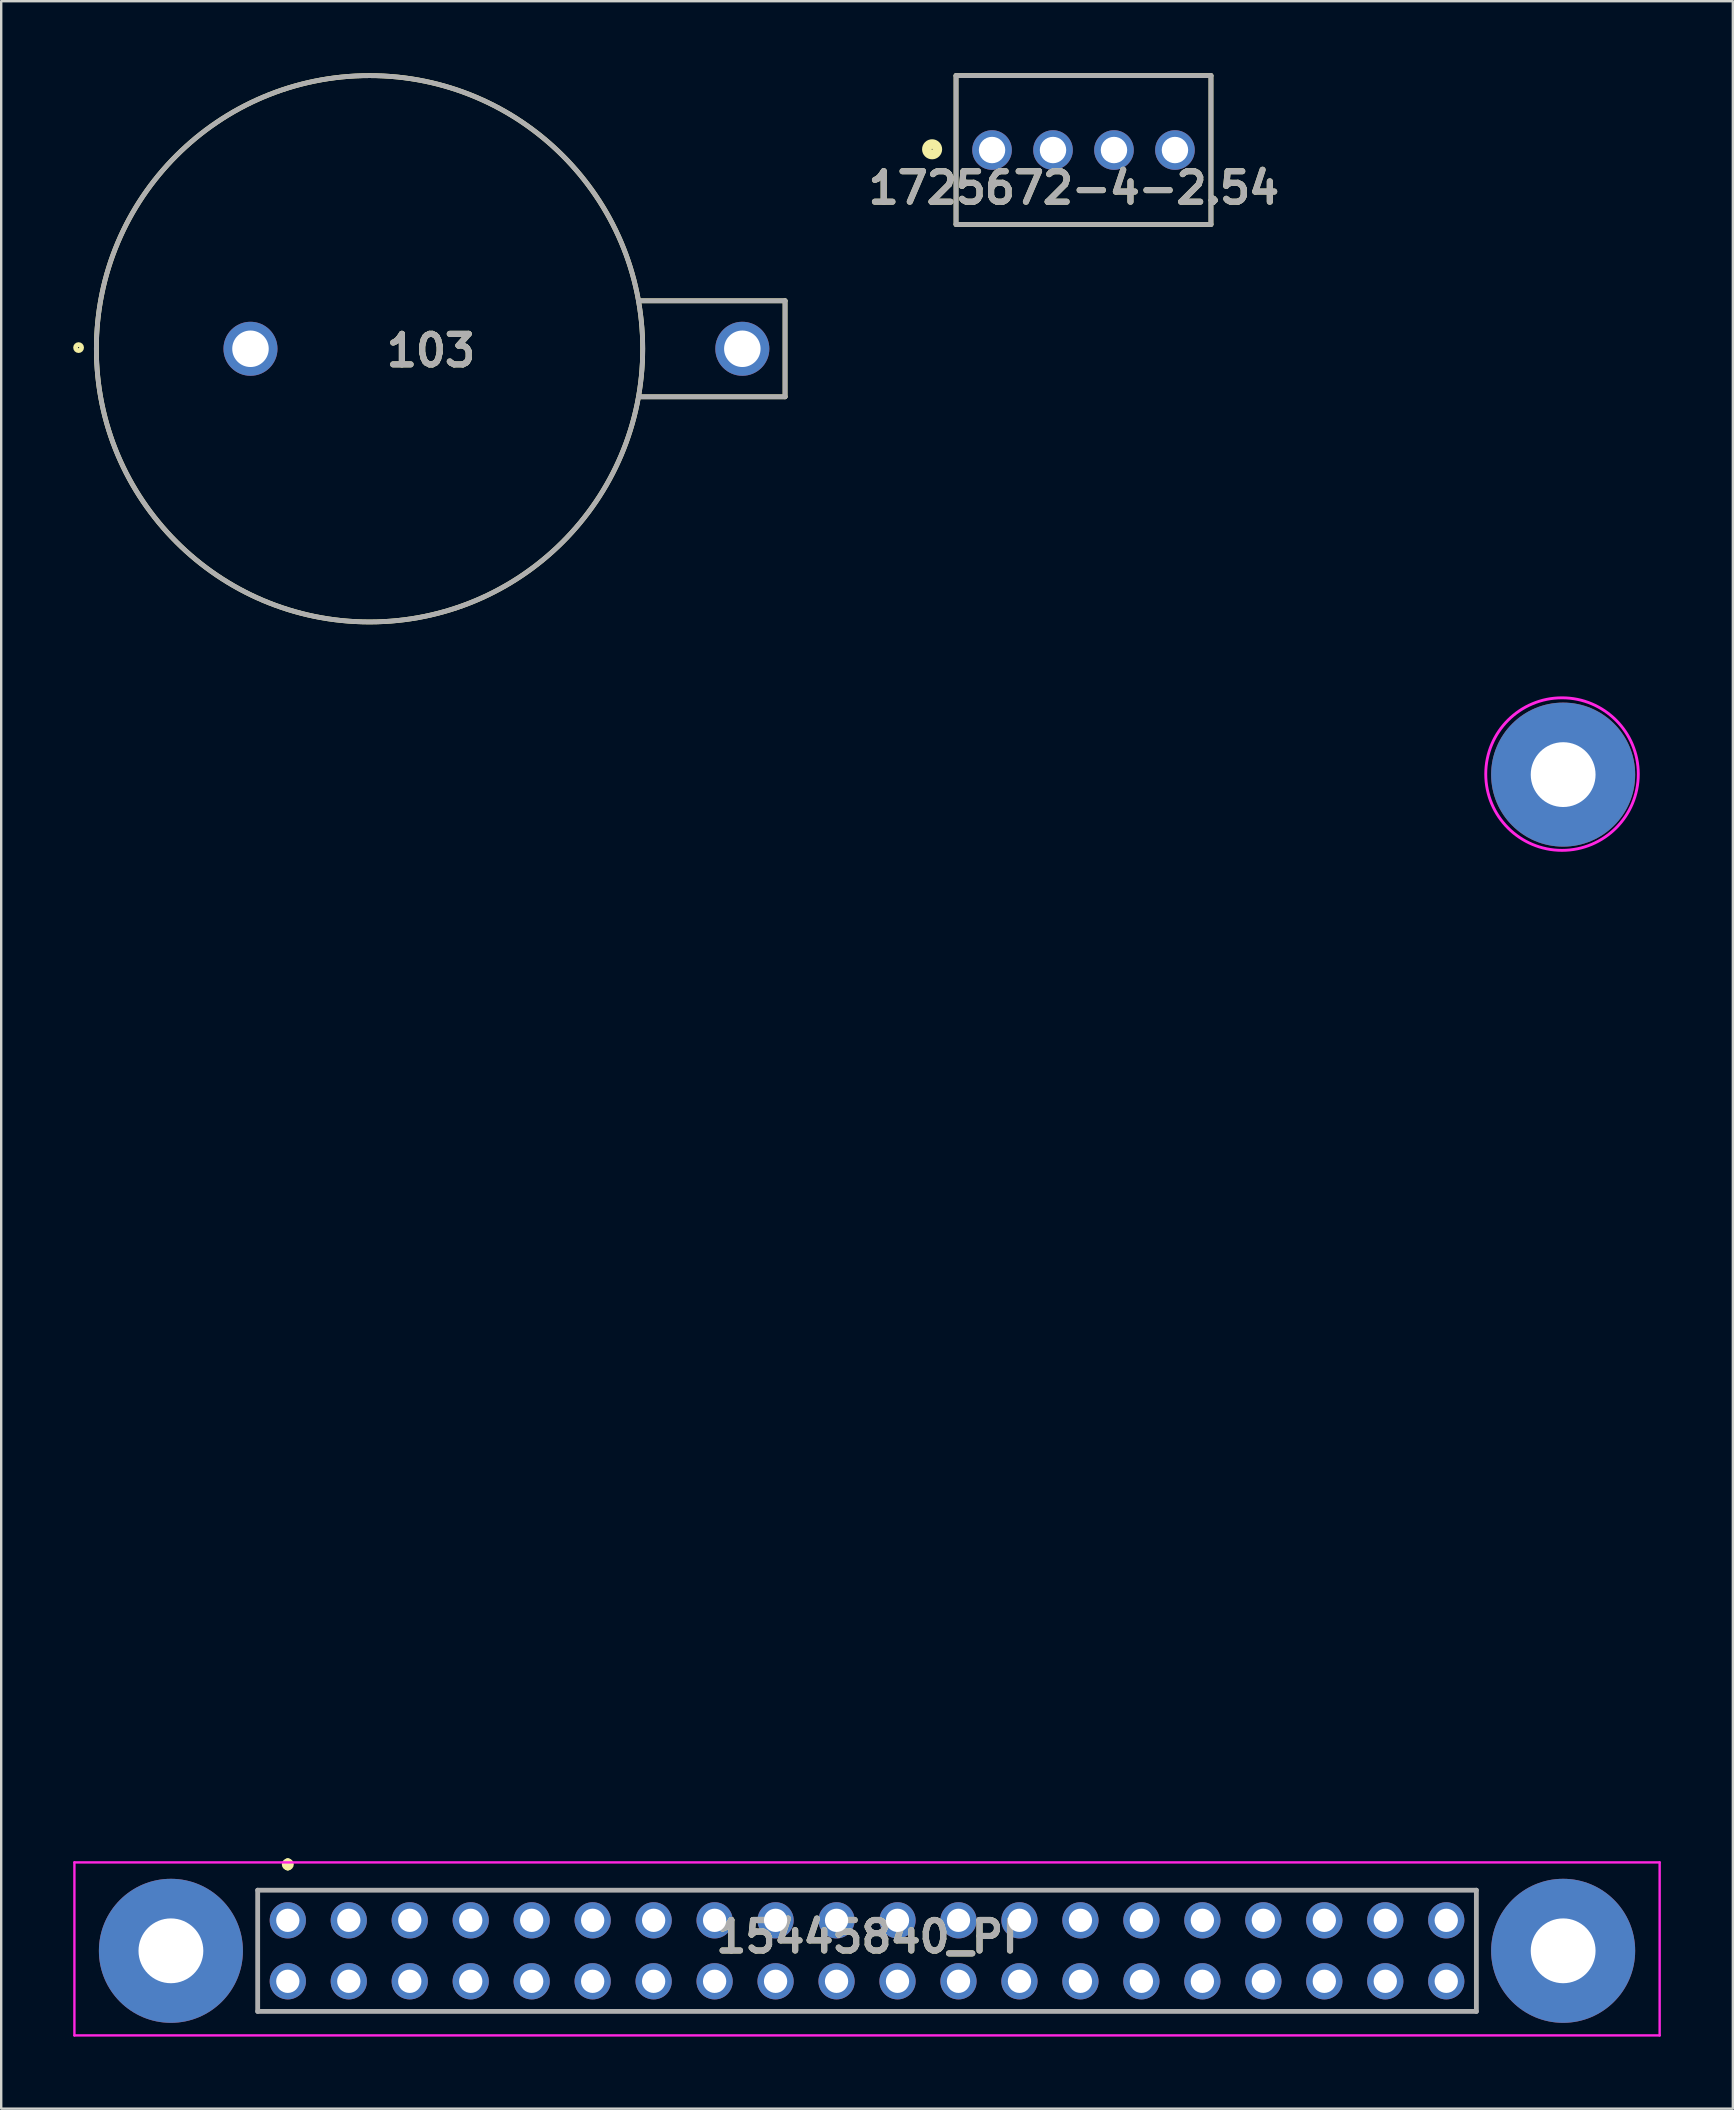
<source format=kicad_pcb>
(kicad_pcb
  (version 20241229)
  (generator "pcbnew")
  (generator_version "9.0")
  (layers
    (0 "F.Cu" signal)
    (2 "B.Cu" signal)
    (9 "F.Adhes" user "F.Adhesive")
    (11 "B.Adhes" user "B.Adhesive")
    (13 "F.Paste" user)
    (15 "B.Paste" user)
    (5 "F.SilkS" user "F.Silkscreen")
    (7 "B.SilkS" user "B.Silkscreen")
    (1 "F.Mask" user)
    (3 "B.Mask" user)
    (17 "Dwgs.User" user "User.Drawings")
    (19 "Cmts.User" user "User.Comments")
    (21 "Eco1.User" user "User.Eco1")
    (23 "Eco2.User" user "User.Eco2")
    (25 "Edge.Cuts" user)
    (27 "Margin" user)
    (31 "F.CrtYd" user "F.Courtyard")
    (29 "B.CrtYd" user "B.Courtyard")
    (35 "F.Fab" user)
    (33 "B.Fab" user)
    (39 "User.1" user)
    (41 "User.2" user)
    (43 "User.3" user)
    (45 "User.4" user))
  (footprint "103"
    (layer "F.Cu")
    (at 29.655 11.48)
    (property "Reference" "103" (at -14.753 0.075 0) (layer "F.SilkS") (effects (font (size 1.27 1.27) (thickness 0.254))))
    (attr through_hole)
    (fp_line (start -6.1 -2) (end 0 -2) (stroke (width 0.2) (type solid)) (layer "F.SilkS"))
    (fp_line (start 0 -2) (end 0 2) (stroke (width 0.2) (type solid)) (layer "F.SilkS"))
    (fp_line (start 0 2) (end -6.1 2) (stroke (width 0.2) (type solid)) (layer "F.SilkS"))
    (fp_circle (center -29.431 -0.049) (end -29.431 0.075) (stroke (width 0.2) (type solid)) (fill no) (layer "F.SilkS"))
    (fp_circle (center -17.31 0) (end -17.31 11.38) (stroke (width 0.2) (type solid)) (fill no) (layer "F.SilkS"))
    (fp_line (start 0 -2) (end -6.1 -2) (stroke (width 0.2) (type solid)) (layer "F.Fab"))
    (fp_line (start 0 -2) (end 0 2) (stroke (width 0.2) (type solid)) (layer "F.Fab"))
    (fp_line (start 0 2) (end -6.1 2) (stroke (width 0.2) (type solid)) (layer "F.Fab"))
    (fp_circle (center -17.31 0) (end -17.31 11.38) (stroke (width 0.2) (type solid)) (fill no) (layer "F.Fab"))
    (fp_text user "${REFERENCE}" (at -14.753 0.075 0) (layer "F.Fab") (effects (font (size 1.27 1.27) (thickness 0.254))))
    (pad "1" thru_hole circle (at -22.27 0) (size 2.25 2.25) (drill 1.52) (layers "*.Cu" "*.Mask"))
    (pad "2" thru_hole circle (at -1.78 0) (size 2.25 2.25) (drill 1.52) (layers "*.Cu" "*.Mask")))
  (footprint "15445840_PI"
    (layer "F.Cu")
    (at 8.94 76.95)
    (property "Reference" "15445840_PI" (at 24.13 0.682 180) (layer "F.SilkS") (effects (font (size 1.27 1.27) (thickness 0.254))))
    (attr through_hole)
    (fp_line (start -1.255 -1.255) (end 49.515 -1.255) (stroke (width 0.1) (type solid)) (layer "F.SilkS"))
    (fp_line (start -1.255 3.795) (end -1.255 -1.255) (stroke (width 0.1) (type solid)) (layer "F.SilkS"))
    (fp_line (start 0 -2.43) (end 0 -2.43) (stroke (width 0.3) (type solid)) (layer "F.SilkS"))
    (fp_line (start 0 -2.23) (end 0 -2.23) (stroke (width 0.3) (type solid)) (layer "F.SilkS"))
    (fp_line (start 49.515 -1.255) (end 49.515 3.795) (stroke (width 0.1) (type solid)) (layer "F.SilkS"))
    (fp_line (start 49.515 3.795) (end -1.255 3.795) (stroke (width 0.1) (type solid)) (layer "F.SilkS"))
    (fp_arc (start 0 -2.43) (mid 0.1 -2.33) (end 0 -2.23) (stroke (width 0.3) (type solid)) (layer "F.SilkS"))
    (fp_arc (start 0 -2.23) (mid -0.1 -2.33) (end 0 -2.43) (stroke (width 0.3) (type solid)) (layer "F.SilkS"))
    (fp_line (start -8.89 -2.413) (end 57.15 -2.413) (stroke (width 0.1) (type solid)) (layer "F.CrtYd"))
    (fp_line (start -8.89 4.795) (end -8.89 -2.413) (stroke (width 0.1) (type solid)) (layer "F.CrtYd"))
    (fp_line (start 57.15 -2.413) (end 57.15 4.795) (stroke (width 0.1) (type solid)) (layer "F.CrtYd"))
    (fp_line (start 57.15 4.795) (end -8.89 4.795) (stroke (width 0.1) (type solid)) (layer "F.CrtYd"))
    (fp_circle (center 53.083 -47.752) (end 56.258 -47.879) (stroke (width 0.12) (type solid)) (fill no) (layer "F.CrtYd"))
    (fp_line (start -1.255 -1.255) (end 49.515 -1.255) (stroke (width 0.2) (type solid)) (layer "F.Fab"))
    (fp_line (start -1.255 3.795) (end -1.255 -1.255) (stroke (width 0.2) (type solid)) (layer "F.Fab"))
    (fp_line (start 49.515 -1.255) (end 49.515 3.795) (stroke (width 0.2) (type solid)) (layer "F.Fab"))
    (fp_line (start 49.515 3.795) (end -1.255 3.795) (stroke (width 0.2) (type solid)) (layer "F.Fab"))
    (fp_text user "${REFERENCE}" (at 24.13 0.682 180) (layer "F.Fab") (effects (font (size 1.27 1.27) (thickness 0.254))))
    (pad "1" thru_hole circle (at 0 0) (size 1.509 1.509) (drill 0.97) (layers "*.Cu" "*.Mask"))
    (pad "2" thru_hole circle (at 0 2.54) (size 1.509 1.509) (drill 0.97) (layers "*.Cu" "*.Mask"))
    (pad "3" thru_hole circle (at 2.54 0) (size 1.509 1.509) (drill 0.97) (layers "*.Cu" "*.Mask"))
    (pad "4" thru_hole circle (at 2.54 2.54) (size 1.509 1.509) (drill 0.97) (layers "*.Cu" "*.Mask"))
    (pad "5" thru_hole circle (at 5.08 0) (size 1.509 1.509) (drill 0.97) (layers "*.Cu" "*.Mask"))
    (pad "6" thru_hole circle (at 5.08 2.54) (size 1.509 1.509) (drill 0.97) (layers "*.Cu" "*.Mask"))
    (pad "7" thru_hole circle (at 7.62 0) (size 1.509 1.509) (drill 0.97) (layers "*.Cu" "*.Mask"))
    (pad "8" thru_hole circle (at 7.62 2.54) (size 1.509 1.509) (drill 0.97) (layers "*.Cu" "*.Mask"))
    (pad "9" thru_hole circle (at 10.16 0) (size 1.509 1.509) (drill 0.97) (layers "*.Cu" "*.Mask"))
    (pad "10" thru_hole circle (at 10.16 2.54) (size 1.509 1.509) (drill 0.97) (layers "*.Cu" "*.Mask"))
    (pad "11" thru_hole circle (at 12.7 0) (size 1.509 1.509) (drill 0.97) (layers "*.Cu" "*.Mask"))
    (pad "12" thru_hole circle (at 12.7 2.54) (size 1.509 1.509) (drill 0.97) (layers "*.Cu" "*.Mask"))
    (pad "13" thru_hole circle (at 15.24 0) (size 1.509 1.509) (drill 0.97) (layers "*.Cu" "*.Mask"))
    (pad "14" thru_hole circle (at 15.24 2.54) (size 1.509 1.509) (drill 0.97) (layers "*.Cu" "*.Mask"))
    (pad "15" thru_hole circle (at 17.78 0) (size 1.509 1.509) (drill 0.97) (layers "*.Cu" "*.Mask"))
    (pad "16" thru_hole circle (at 17.78 2.54) (size 1.509 1.509) (drill 0.97) (layers "*.Cu" "*.Mask"))
    (pad "17" thru_hole circle (at 20.32 0) (size 1.509 1.509) (drill 0.97) (layers "*.Cu" "*.Mask"))
    (pad "18" thru_hole circle (at 20.32 2.54) (size 1.509 1.509) (drill 0.97) (layers "*.Cu" "*.Mask"))
    (pad "19" thru_hole circle (at 22.86 0) (size 1.509 1.509) (drill 0.97) (layers "*.Cu" "*.Mask"))
    (pad "20" thru_hole circle (at 22.86 2.54) (size 1.509 1.509) (drill 0.97) (layers "*.Cu" "*.Mask"))
    (pad "21" thru_hole circle (at 25.4 0) (size 1.509 1.509) (drill 0.97) (layers "*.Cu" "*.Mask"))
    (pad "22" thru_hole circle (at 25.4 2.54) (size 1.509 1.509) (drill 0.97) (layers "*.Cu" "*.Mask"))
    (pad "23" thru_hole circle (at 27.94 0) (size 1.509 1.509) (drill 0.97) (layers "*.Cu" "*.Mask"))
    (pad "24" thru_hole circle (at 27.94 2.54) (size 1.509 1.509) (drill 0.97) (layers "*.Cu" "*.Mask"))
    (pad "25" thru_hole circle (at 30.48 0) (size 1.509 1.509) (drill 0.97) (layers "*.Cu" "*.Mask"))
    (pad "26" thru_hole circle (at 30.48 2.54) (size 1.509 1.509) (drill 0.97) (layers "*.Cu" "*.Mask"))
    (pad "27" thru_hole circle (at 33.02 0) (size 1.509 1.509) (drill 0.97) (layers "*.Cu" "*.Mask"))
    (pad "28" thru_hole circle (at 33.02 2.54) (size 1.509 1.509) (drill 0.97) (layers "*.Cu" "*.Mask"))
    (pad "29" thru_hole circle (at 35.56 0) (size 1.509 1.509) (drill 0.97) (layers "*.Cu" "*.Mask"))
    (pad "30" thru_hole circle (at 35.56 2.54) (size 1.509 1.509) (drill 0.97) (layers "*.Cu" "*.Mask"))
    (pad "31" thru_hole circle (at 38.1 0) (size 1.509 1.509) (drill 0.97) (layers "*.Cu" "*.Mask"))
    (pad "32" thru_hole circle (at 38.1 2.54) (size 1.509 1.509) (drill 0.97) (layers "*.Cu" "*.Mask"))
    (pad "33" thru_hole circle (at 40.64 0) (size 1.509 1.509) (drill 0.97) (layers "*.Cu" "*.Mask"))
    (pad "34" thru_hole circle (at 40.64 2.54) (size 1.509 1.509) (drill 0.97) (layers "*.Cu" "*.Mask"))
    (pad "35" thru_hole circle (at 43.18 0) (size 1.509 1.509) (drill 0.97) (layers "*.Cu" "*.Mask"))
    (pad "36" thru_hole circle (at 43.18 2.54) (size 1.509 1.509) (drill 0.97) (layers "*.Cu" "*.Mask"))
    (pad "37" thru_hole circle (at 45.72 0) (size 1.509 1.509) (drill 0.97) (layers "*.Cu" "*.Mask"))
    (pad "38" thru_hole circle (at 45.72 2.54) (size 1.509 1.509) (drill 0.97) (layers "*.Cu" "*.Mask"))
    (pad "39" thru_hole circle (at 48.26 0) (size 1.509 1.509) (drill 0.97) (layers "*.Cu" "*.Mask"))
    (pad "40" thru_hole circle (at 48.26 2.54) (size 1.509 1.509) (drill 0.97) (layers "*.Cu" "*.Mask"))
    (pad "GND" thru_hole circle (at -4.87 1.27) (size 6 6) (drill 2.7) (layers "*.Cu" "*.Mask"))
    (pad "GND" thru_hole circle (at 53.13 -47.73) (size 6 6) (drill 2.7) (layers "*.Cu" "*.Mask"))
    (pad "GND" thru_hole circle (at 53.13 1.27) (size 6 6) (drill 2.7) (layers "*.Cu" "*.Mask")))
  (footprint "1725672-4-2.54"
    (layer "F.Cu")
    (at 38.278 3.2)
    (property "Reference" "1725672-4-2.54" (at 3.408 1.579 0) (layer "F.SilkS") (effects (font (size 1.27 1.27) (thickness 0.254))))
    (attr through_hole)
    (fp_line (start -1.5 -3.1) (end 9.12 -3.1) (stroke (width 0.2) (type solid)) (layer "F.SilkS"))
    (fp_line (start -1.5 3.1) (end -1.5 -3.1) (stroke (width 0.2) (type solid)) (layer "F.SilkS"))
    (fp_line (start 9.12 -3.1) (end 9.12 3.1) (stroke (width 0.2) (type solid)) (layer "F.SilkS"))
    (fp_line (start 9.12 3.1) (end -1.5 3.1) (stroke (width 0.2) (type solid)) (layer "F.SilkS"))
    (fp_circle (center -2.497 -0.031) (end -2.497 0.187) (stroke (width 0.4) (type solid)) (fill no) (layer "F.SilkS"))
    (fp_line (start -1.5 -3.1) (end 9.12 -3.1) (stroke (width 0.2) (type solid)) (layer "F.Fab"))
    (fp_line (start -1.5 3.1) (end -1.5 -3.1) (stroke (width 0.2) (type solid)) (layer "F.Fab"))
    (fp_line (start 9.12 -3.1) (end 9.12 3.1) (stroke (width 0.2) (type solid)) (layer "F.Fab"))
    (fp_line (start 9.12 3.1) (end -1.5 3.1) (stroke (width 0.2) (type solid)) (layer "F.Fab"))
    (fp_text user "${REFERENCE}" (at 3.408 1.579 0) (layer "F.Fab") (effects (font (size 1.27 1.27) (thickness 0.254))))
    (pad "1" thru_hole circle (at 0 0) (size 1.65 1.65) (drill 1.1) (layers "*.Cu" "*.Mask"))
    (pad "2" thru_hole circle (at 2.54 0) (size 1.65 1.65) (drill 1.1) (layers "*.Cu" "*.Mask"))
    (pad "3" thru_hole circle (at 5.08 0) (size 1.65 1.65) (drill 1.1) (layers "*.Cu" "*.Mask"))
    (pad "4" thru_hole circle (at 7.62 0) (size 1.65 1.65) (drill 1.1) (layers "*.Cu" "*.Mask")))
  (gr_rect
    (start -3 -3)
    (end 69.14 84.795)
    (stroke (width 0.1) (type default))
    (fill no)
    (layer "Edge.Cuts")))
</source>
